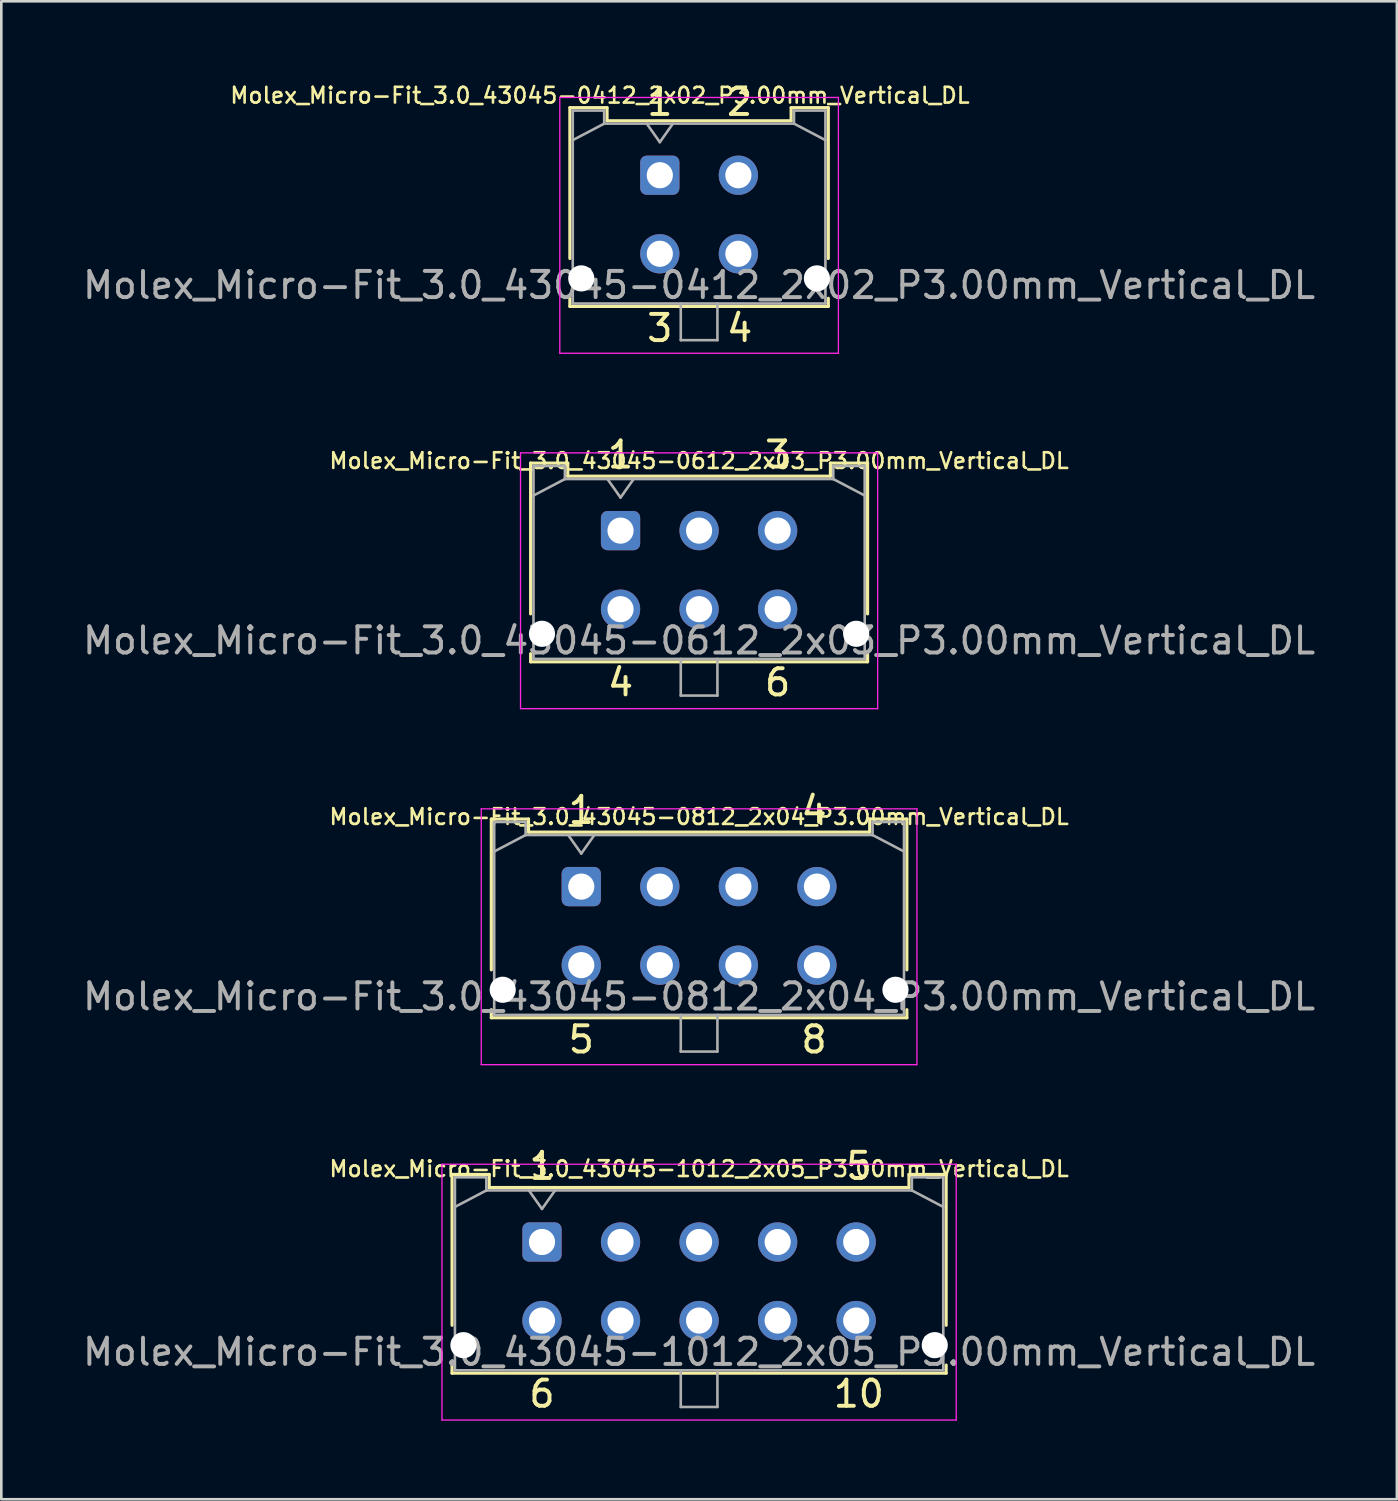
<source format=kicad_pcb>
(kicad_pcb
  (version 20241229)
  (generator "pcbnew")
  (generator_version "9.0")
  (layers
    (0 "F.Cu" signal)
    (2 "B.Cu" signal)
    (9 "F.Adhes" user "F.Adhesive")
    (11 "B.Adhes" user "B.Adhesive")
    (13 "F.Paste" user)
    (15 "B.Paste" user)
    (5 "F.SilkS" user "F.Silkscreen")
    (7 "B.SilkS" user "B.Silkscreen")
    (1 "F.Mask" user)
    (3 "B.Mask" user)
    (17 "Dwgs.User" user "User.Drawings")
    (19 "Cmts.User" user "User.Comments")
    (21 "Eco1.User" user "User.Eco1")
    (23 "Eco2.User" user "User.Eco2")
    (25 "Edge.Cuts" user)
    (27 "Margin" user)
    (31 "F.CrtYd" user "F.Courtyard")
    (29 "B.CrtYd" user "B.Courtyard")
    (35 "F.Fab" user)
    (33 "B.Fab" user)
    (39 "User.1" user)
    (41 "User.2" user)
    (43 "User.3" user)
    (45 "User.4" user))
  (footprint "Molex_Micro-Fit_3.0_43045-0412_2x02_P3.00mm_Vertical_DL"
    (layer "F.Cu")
    (at 22.149 3.642)
    (property "Reference" "Molex_Micro-Fit_3.0_43045-0412_2x02_P3.00mm_Vertical_DL" (at -2.286 -3.048 0) (layer "F.SilkS") (effects (font (size 0.6 0.6) (thickness 0.1))))
    (attr through_hole)
    (fp_line (start -3.435 -2.58) (end -2.015 -2.58) (stroke (width 0.12) (type solid)) (layer "F.SilkS"))
    (fp_line (start -3.435 3.18) (end -3.435 -2.58) (stroke (width 0.12) (type solid)) (layer "F.SilkS"))
    (fp_line (start -3.435 4.7) (end -3.435 5.01) (stroke (width 0.12) (type solid)) (layer "F.SilkS"))
    (fp_line (start -3.435 5.01) (end 6.435 5.01) (stroke (width 0.12) (type solid)) (layer "F.SilkS"))
    (fp_line (start -2.015 -2.58) (end -2.015 -2.08) (stroke (width 0.12) (type solid)) (layer "F.SilkS"))
    (fp_line (start -2.015 -2.08) (end 5.015 -2.08) (stroke (width 0.12) (type solid)) (layer "F.SilkS"))
    (fp_line (start 5.015 -2.58) (end 6.435 -2.58) (stroke (width 0.12) (type solid)) (layer "F.SilkS"))
    (fp_line (start 5.015 -2.08) (end 5.015 -2.58) (stroke (width 0.12) (type solid)) (layer "F.SilkS"))
    (fp_line (start 6.435 -2.58) (end 6.435 3.18) (stroke (width 0.12) (type solid)) (layer "F.SilkS"))
    (fp_line (start 6.435 5.01) (end 6.435 4.7) (stroke (width 0.12) (type solid)) (layer "F.SilkS"))
    (fp_line (start -3.82 -2.97) (end 6.82 -2.97) (stroke (width 0.05) (type solid)) (layer "F.CrtYd"))
    (fp_line (start -3.82 6.8) (end -3.82 -2.97) (stroke (width 0.05) (type solid)) (layer "F.CrtYd"))
    (fp_line (start 6.82 -2.97) (end 6.82 6.8) (stroke (width 0.05) (type solid)) (layer "F.CrtYd"))
    (fp_line (start 6.82 6.8) (end -3.82 6.8) (stroke (width 0.05) (type solid)) (layer "F.CrtYd"))
    (fp_line (start -3.325 -2.47) (end -3.325 4.9) (stroke (width 0.1) (type solid)) (layer "F.Fab"))
    (fp_line (start -3.325 -1.34) (end -2.125 -1.97) (stroke (width 0.1) (type solid)) (layer "F.Fab"))
    (fp_line (start -3.325 4.9) (end 6.325 4.9) (stroke (width 0.1) (type solid)) (layer "F.Fab"))
    (fp_line (start -2.125 -2.47) (end -3.325 -2.47) (stroke (width 0.1) (type solid)) (layer "F.Fab"))
    (fp_line (start -2.125 -1.97) (end -2.125 -2.47) (stroke (width 0.1) (type solid)) (layer "F.Fab"))
    (fp_line (start -0.5 -1.97) (end 0 -1.263) (stroke (width 0.1) (type solid)) (layer "F.Fab"))
    (fp_line (start 0 -1.263) (end 0.5 -1.97) (stroke (width 0.1) (type solid)) (layer "F.Fab"))
    (fp_line (start 0.8 4.9) (end 0.8 6.3) (stroke (width 0.1) (type solid)) (layer "F.Fab"))
    (fp_line (start 0.8 6.3) (end 2.2 6.3) (stroke (width 0.1) (type solid)) (layer "F.Fab"))
    (fp_line (start 2.2 6.3) (end 2.2 4.9) (stroke (width 0.1) (type solid)) (layer "F.Fab"))
    (fp_line (start 5.125 -2.47) (end 5.125 -1.97) (stroke (width 0.1) (type solid)) (layer "F.Fab"))
    (fp_line (start 5.125 -1.97) (end -2.125 -1.97) (stroke (width 0.1) (type solid)) (layer "F.Fab"))
    (fp_line (start 6.325 -2.47) (end 5.125 -2.47) (stroke (width 0.1) (type solid)) (layer "F.Fab"))
    (fp_line (start 6.325 -1.34) (end 5.125 -1.97) (stroke (width 0.1) (type solid)) (layer "F.Fab"))
    (fp_line (start 6.325 4.9) (end 6.325 -2.47) (stroke (width 0.1) (type solid)) (layer "F.Fab"))
    (fp_text user "2" (at 3.048 -2.794 0) (unlocked yes) (layer "F.SilkS") (effects (font (size 1 1) (thickness 0.15))))
    (fp_text user "4" (at 3.048 5.842 0) (unlocked yes) (layer "F.SilkS") (effects (font (size 1 1) (thickness 0.15))))
    (fp_text user "1" (at 0 -2.794 0) (unlocked yes) (layer "F.SilkS") (effects (font (size 1 1) (thickness 0.15))))
    (fp_text user "3" (at 0 5.842 0) (unlocked yes) (layer "F.SilkS") (effects (font (size 1 1) (thickness 0.15))))
    (fp_text user "${REFERENCE}" (at 1.5 4.2 0) (layer "F.Fab") (effects (font (size 1 1) (thickness 0.15))))
    (pad "" np_thru_hole circle (at -3 3.94) (size 1 1) (drill 1) (layers "*.Cu" "*.Mask"))
    (pad "" np_thru_hole circle (at 6 3.94) (size 1 1) (drill 1) (layers "*.Cu" "*.Mask"))
    (pad "1" thru_hole roundrect (at 0 0) (size 1.5 1.5) (drill 1) (layers "*.Cu" "*.Mask") (roundrect_rratio 0.167))
    (pad "2" thru_hole circle (at 3 0) (size 1.5 1.5) (drill 1) (layers "*.Cu" "*.Mask"))
    (pad "3" thru_hole circle (at 0 3) (size 1.5 1.5) (drill 1) (layers "*.Cu" "*.Mask"))
    (pad "4" thru_hole circle (at 3 3) (size 1.5 1.5) (drill 1) (layers "*.Cu" "*.Mask")))
  (footprint "Molex_Micro-Fit_3.0_43045-0612_2x03_P3.00mm_Vertical_DL"
    (layer "F.Cu")
    (at 20.649 17.215)
    (property "Reference" "Molex_Micro-Fit_3.0_43045-0612_2x03_P3.00mm_Vertical_DL" (at 3 -2.667 0) (layer "F.SilkS") (effects (font (size 0.6 0.6) (thickness 0.1))))
    (attr through_hole)
    (fp_line (start -3.435 -2.58) (end -2.015 -2.58) (stroke (width 0.12) (type solid)) (layer "F.SilkS"))
    (fp_line (start -3.435 3.18) (end -3.435 -2.58) (stroke (width 0.12) (type solid)) (layer "F.SilkS"))
    (fp_line (start -3.435 4.7) (end -3.435 5.01) (stroke (width 0.12) (type solid)) (layer "F.SilkS"))
    (fp_line (start -3.435 5.01) (end 9.435 5.01) (stroke (width 0.12) (type solid)) (layer "F.SilkS"))
    (fp_line (start -2.015 -2.58) (end -2.015 -2.08) (stroke (width 0.12) (type solid)) (layer "F.SilkS"))
    (fp_line (start -2.015 -2.08) (end 8.015 -2.08) (stroke (width 0.12) (type solid)) (layer "F.SilkS"))
    (fp_line (start 8.015 -2.58) (end 9.435 -2.58) (stroke (width 0.12) (type solid)) (layer "F.SilkS"))
    (fp_line (start 8.015 -2.08) (end 8.015 -2.58) (stroke (width 0.12) (type solid)) (layer "F.SilkS"))
    (fp_line (start 9.435 -2.58) (end 9.435 3.18) (stroke (width 0.12) (type solid)) (layer "F.SilkS"))
    (fp_line (start 9.435 5.01) (end 9.435 4.7) (stroke (width 0.12) (type solid)) (layer "F.SilkS"))
    (fp_line (start -3.82 -2.97) (end 9.82 -2.97) (stroke (width 0.05) (type solid)) (layer "F.CrtYd"))
    (fp_line (start -3.82 6.8) (end -3.82 -2.97) (stroke (width 0.05) (type solid)) (layer "F.CrtYd"))
    (fp_line (start 9.82 -2.97) (end 9.82 6.8) (stroke (width 0.05) (type solid)) (layer "F.CrtYd"))
    (fp_line (start 9.82 6.8) (end -3.82 6.8) (stroke (width 0.05) (type solid)) (layer "F.CrtYd"))
    (fp_line (start -3.325 -2.47) (end -3.325 4.9) (stroke (width 0.1) (type solid)) (layer "F.Fab"))
    (fp_line (start -3.325 -1.34) (end -2.125 -1.97) (stroke (width 0.1) (type solid)) (layer "F.Fab"))
    (fp_line (start -3.325 4.9) (end 9.325 4.9) (stroke (width 0.1) (type solid)) (layer "F.Fab"))
    (fp_line (start -2.125 -2.47) (end -3.325 -2.47) (stroke (width 0.1) (type solid)) (layer "F.Fab"))
    (fp_line (start -2.125 -1.97) (end -2.125 -2.47) (stroke (width 0.1) (type solid)) (layer "F.Fab"))
    (fp_line (start -0.5 -1.97) (end 0 -1.263) (stroke (width 0.1) (type solid)) (layer "F.Fab"))
    (fp_line (start 0 -1.263) (end 0.5 -1.97) (stroke (width 0.1) (type solid)) (layer "F.Fab"))
    (fp_line (start 2.3 4.9) (end 2.3 6.3) (stroke (width 0.1) (type solid)) (layer "F.Fab"))
    (fp_line (start 2.3 6.3) (end 3.7 6.3) (stroke (width 0.1) (type solid)) (layer "F.Fab"))
    (fp_line (start 3.7 6.3) (end 3.7 4.9) (stroke (width 0.1) (type solid)) (layer "F.Fab"))
    (fp_line (start 8.125 -2.47) (end 8.125 -1.97) (stroke (width 0.1) (type solid)) (layer "F.Fab"))
    (fp_line (start 8.125 -1.97) (end -2.125 -1.97) (stroke (width 0.1) (type solid)) (layer "F.Fab"))
    (fp_line (start 9.325 -2.47) (end 8.125 -2.47) (stroke (width 0.1) (type solid)) (layer "F.Fab"))
    (fp_line (start 9.325 -1.34) (end 8.125 -1.97) (stroke (width 0.1) (type solid)) (layer "F.Fab"))
    (fp_line (start 9.325 4.9) (end 9.325 -2.47) (stroke (width 0.1) (type solid)) (layer "F.Fab"))
    (fp_text user "4" (at 0 5.8 0) (unlocked yes) (layer "F.SilkS") (effects (font (size 1 1) (thickness 0.15))))
    (fp_text user "3" (at 6 -2.9 0) (unlocked yes) (layer "F.SilkS") (effects (font (size 1 1) (thickness 0.15))))
    (fp_text user "1" (at 0 -2.9 0) (unlocked yes) (layer "F.SilkS") (effects (font (size 1 1) (thickness 0.15))))
    (fp_text user "6" (at 6 5.8 0) (unlocked yes) (layer "F.SilkS") (effects (font (size 1 1) (thickness 0.15))))
    (fp_text user "${REFERENCE}" (at 3 4.2 0) (layer "F.Fab") (effects (font (size 1 1) (thickness 0.15))))
    (pad "" np_thru_hole circle (at -3 3.94) (size 1 1) (drill 1) (layers "*.Cu" "*.Mask"))
    (pad "" np_thru_hole circle (at 9 3.94) (size 1 1) (drill 1) (layers "*.Cu" "*.Mask"))
    (pad "1" thru_hole roundrect (at 0 0) (size 1.5 1.5) (drill 1) (layers "*.Cu" "*.Mask") (roundrect_rratio 0.167))
    (pad "2" thru_hole circle (at 3 0) (size 1.5 1.5) (drill 1) (layers "*.Cu" "*.Mask"))
    (pad "3" thru_hole circle (at 6 0) (size 1.5 1.5) (drill 1) (layers "*.Cu" "*.Mask"))
    (pad "4" thru_hole circle (at 0 3) (size 1.5 1.5) (drill 1) (layers "*.Cu" "*.Mask"))
    (pad "5" thru_hole circle (at 3 3) (size 1.5 1.5) (drill 1) (layers "*.Cu" "*.Mask"))
    (pad "6" thru_hole circle (at 6 3) (size 1.5 1.5) (drill 1) (layers "*.Cu" "*.Mask")))
  (footprint "Molex_Micro-Fit_3.0_43045-1012_2x05_P3.00mm_Vertical_DL"
    (layer "F.Cu")
    (at 17.649 44.383)
    (property "Reference" "Molex_Micro-Fit_3.0_43045-1012_2x05_P3.00mm_Vertical_DL" (at 6 -2.794 0) (layer "F.SilkS") (effects (font (size 0.6 0.6) (thickness 0.1))))
    (attr through_hole)
    (fp_line (start -3.435 -2.58) (end -2.015 -2.58) (stroke (width 0.12) (type solid)) (layer "F.SilkS"))
    (fp_line (start -3.435 3.18) (end -3.435 -2.58) (stroke (width 0.12) (type solid)) (layer "F.SilkS"))
    (fp_line (start -3.435 4.7) (end -3.435 5.01) (stroke (width 0.12) (type solid)) (layer "F.SilkS"))
    (fp_line (start -3.435 5.01) (end 15.435 5.01) (stroke (width 0.12) (type solid)) (layer "F.SilkS"))
    (fp_line (start -2.015 -2.58) (end -2.015 -2.08) (stroke (width 0.12) (type solid)) (layer "F.SilkS"))
    (fp_line (start -2.015 -2.08) (end 14.015 -2.08) (stroke (width 0.12) (type solid)) (layer "F.SilkS"))
    (fp_line (start 14.015 -2.58) (end 15.435 -2.58) (stroke (width 0.12) (type solid)) (layer "F.SilkS"))
    (fp_line (start 14.015 -2.08) (end 14.015 -2.58) (stroke (width 0.12) (type solid)) (layer "F.SilkS"))
    (fp_line (start 15.435 -2.58) (end 15.435 3.18) (stroke (width 0.12) (type solid)) (layer "F.SilkS"))
    (fp_line (start 15.435 5.01) (end 15.435 4.7) (stroke (width 0.12) (type solid)) (layer "F.SilkS"))
    (fp_line (start -3.82 -2.97) (end 15.82 -2.97) (stroke (width 0.05) (type solid)) (layer "F.CrtYd"))
    (fp_line (start -3.82 6.8) (end -3.82 -2.97) (stroke (width 0.05) (type solid)) (layer "F.CrtYd"))
    (fp_line (start 15.82 -2.97) (end 15.82 6.8) (stroke (width 0.05) (type solid)) (layer "F.CrtYd"))
    (fp_line (start 15.82 6.8) (end -3.82 6.8) (stroke (width 0.05) (type solid)) (layer "F.CrtYd"))
    (fp_line (start -3.325 -2.47) (end -3.325 4.9) (stroke (width 0.1) (type solid)) (layer "F.Fab"))
    (fp_line (start -3.325 -1.34) (end -2.125 -1.97) (stroke (width 0.1) (type solid)) (layer "F.Fab"))
    (fp_line (start -3.325 4.9) (end 15.325 4.9) (stroke (width 0.1) (type solid)) (layer "F.Fab"))
    (fp_line (start -2.125 -2.47) (end -3.325 -2.47) (stroke (width 0.1) (type solid)) (layer "F.Fab"))
    (fp_line (start -2.125 -1.97) (end -2.125 -2.47) (stroke (width 0.1) (type solid)) (layer "F.Fab"))
    (fp_line (start -0.5 -1.97) (end 0 -1.263) (stroke (width 0.1) (type solid)) (layer "F.Fab"))
    (fp_line (start 0 -1.263) (end 0.5 -1.97) (stroke (width 0.1) (type solid)) (layer "F.Fab"))
    (fp_line (start 5.3 4.9) (end 5.3 6.3) (stroke (width 0.1) (type solid)) (layer "F.Fab"))
    (fp_line (start 5.3 6.3) (end 6.7 6.3) (stroke (width 0.1) (type solid)) (layer "F.Fab"))
    (fp_line (start 6.7 6.3) (end 6.7 4.9) (stroke (width 0.1) (type solid)) (layer "F.Fab"))
    (fp_line (start 14.125 -2.47) (end 14.125 -1.97) (stroke (width 0.1) (type solid)) (layer "F.Fab"))
    (fp_line (start 14.125 -1.97) (end -2.125 -1.97) (stroke (width 0.1) (type solid)) (layer "F.Fab"))
    (fp_line (start 15.325 -2.47) (end 14.125 -2.47) (stroke (width 0.1) (type solid)) (layer "F.Fab"))
    (fp_line (start 15.325 -1.34) (end 14.125 -1.97) (stroke (width 0.1) (type solid)) (layer "F.Fab"))
    (fp_line (start 15.325 4.9) (end 15.325 -2.47) (stroke (width 0.1) (type solid)) (layer "F.Fab"))
    (fp_text user "5" (at 12.1 -2.9 0) (unlocked yes) (layer "F.SilkS") (effects (font (size 1 1) (thickness 0.15))))
    (fp_text user "1" (at 0 -2.9 0) (unlocked yes) (layer "F.SilkS") (effects (font (size 1 1) (thickness 0.15))))
    (fp_text user "10" (at 12.1 5.8 0) (unlocked yes) (layer "F.SilkS") (effects (font (size 1 1) (thickness 0.15))))
    (fp_text user "6" (at 0 5.8 0) (unlocked yes) (layer "F.SilkS") (effects (font (size 1 1) (thickness 0.15))))
    (fp_text user "${REFERENCE}" (at 6 4.2 0) (layer "F.Fab") (effects (font (size 1 1) (thickness 0.15))))
    (pad "" np_thru_hole circle (at -3 3.94) (size 1 1) (drill 1) (layers "*.Cu" "*.Mask"))
    (pad "" np_thru_hole circle (at 15 3.94) (size 1 1) (drill 1) (layers "*.Cu" "*.Mask"))
    (pad "1" thru_hole roundrect (at 0 0) (size 1.5 1.5) (drill 1) (layers "*.Cu" "*.Mask") (roundrect_rratio 0.167))
    (pad "2" thru_hole circle (at 3 0) (size 1.5 1.5) (drill 1) (layers "*.Cu" "*.Mask"))
    (pad "3" thru_hole circle (at 6 0) (size 1.5 1.5) (drill 1) (layers "*.Cu" "*.Mask"))
    (pad "4" thru_hole circle (at 9 0) (size 1.5 1.5) (drill 1) (layers "*.Cu" "*.Mask"))
    (pad "5" thru_hole circle (at 12 0) (size 1.5 1.5) (drill 1) (layers "*.Cu" "*.Mask"))
    (pad "6" thru_hole circle (at 0 3) (size 1.5 1.5) (drill 1) (layers "*.Cu" "*.Mask"))
    (pad "7" thru_hole circle (at 3 3) (size 1.5 1.5) (drill 1) (layers "*.Cu" "*.Mask"))
    (pad "8" thru_hole circle (at 6 3) (size 1.5 1.5) (drill 1) (layers "*.Cu" "*.Mask"))
    (pad "9" thru_hole circle (at 9 3) (size 1.5 1.5) (drill 1) (layers "*.Cu" "*.Mask"))
    (pad "10" thru_hole circle (at 12 3) (size 1.5 1.5) (drill 1) (layers "*.Cu" "*.Mask")))
  (footprint "Molex_Micro-Fit_3.0_43045-0812_2x04_P3.00mm_Vertical_DL"
    (layer "F.Cu")
    (at 19.149 30.81)
    (property "Reference" "Molex_Micro-Fit_3.0_43045-0812_2x04_P3.00mm_Vertical_DL" (at 4.5 -2.667 0) (layer "F.SilkS") (effects (font (size 0.6 0.6) (thickness 0.1))))
    (attr through_hole)
    (fp_line (start -3.435 -2.58) (end -2.015 -2.58) (stroke (width 0.12) (type solid)) (layer "F.SilkS"))
    (fp_line (start -3.435 3.18) (end -3.435 -2.58) (stroke (width 0.12) (type solid)) (layer "F.SilkS"))
    (fp_line (start -3.435 4.7) (end -3.435 5.01) (stroke (width 0.12) (type solid)) (layer "F.SilkS"))
    (fp_line (start -3.435 5.01) (end 12.435 5.01) (stroke (width 0.12) (type solid)) (layer "F.SilkS"))
    (fp_line (start -2.015 -2.58) (end -2.015 -2.08) (stroke (width 0.12) (type solid)) (layer "F.SilkS"))
    (fp_line (start -2.015 -2.08) (end 11.015 -2.08) (stroke (width 0.12) (type solid)) (layer "F.SilkS"))
    (fp_line (start 11.015 -2.58) (end 12.435 -2.58) (stroke (width 0.12) (type solid)) (layer "F.SilkS"))
    (fp_line (start 11.015 -2.08) (end 11.015 -2.58) (stroke (width 0.12) (type solid)) (layer "F.SilkS"))
    (fp_line (start 12.435 -2.58) (end 12.435 3.18) (stroke (width 0.12) (type solid)) (layer "F.SilkS"))
    (fp_line (start 12.435 5.01) (end 12.435 4.7) (stroke (width 0.12) (type solid)) (layer "F.SilkS"))
    (fp_line (start -3.82 -2.97) (end 12.82 -2.97) (stroke (width 0.05) (type solid)) (layer "F.CrtYd"))
    (fp_line (start -3.82 6.8) (end -3.82 -2.97) (stroke (width 0.05) (type solid)) (layer "F.CrtYd"))
    (fp_line (start 12.82 -2.97) (end 12.82 6.8) (stroke (width 0.05) (type solid)) (layer "F.CrtYd"))
    (fp_line (start 12.82 6.8) (end -3.82 6.8) (stroke (width 0.05) (type solid)) (layer "F.CrtYd"))
    (fp_line (start -3.325 -2.47) (end -3.325 4.9) (stroke (width 0.1) (type solid)) (layer "F.Fab"))
    (fp_line (start -3.325 -1.34) (end -2.125 -1.97) (stroke (width 0.1) (type solid)) (layer "F.Fab"))
    (fp_line (start -3.325 4.9) (end 12.325 4.9) (stroke (width 0.1) (type solid)) (layer "F.Fab"))
    (fp_line (start -2.125 -2.47) (end -3.325 -2.47) (stroke (width 0.1) (type solid)) (layer "F.Fab"))
    (fp_line (start -2.125 -1.97) (end -2.125 -2.47) (stroke (width 0.1) (type solid)) (layer "F.Fab"))
    (fp_line (start -0.5 -1.97) (end 0 -1.263) (stroke (width 0.1) (type solid)) (layer "F.Fab"))
    (fp_line (start 0 -1.263) (end 0.5 -1.97) (stroke (width 0.1) (type solid)) (layer "F.Fab"))
    (fp_line (start 3.8 4.9) (end 3.8 6.3) (stroke (width 0.1) (type solid)) (layer "F.Fab"))
    (fp_line (start 3.8 6.3) (end 5.2 6.3) (stroke (width 0.1) (type solid)) (layer "F.Fab"))
    (fp_line (start 5.2 6.3) (end 5.2 4.9) (stroke (width 0.1) (type solid)) (layer "F.Fab"))
    (fp_line (start 11.125 -2.47) (end 11.125 -1.97) (stroke (width 0.1) (type solid)) (layer "F.Fab"))
    (fp_line (start 11.125 -1.97) (end -2.125 -1.97) (stroke (width 0.1) (type solid)) (layer "F.Fab"))
    (fp_line (start 12.325 -2.47) (end 11.125 -2.47) (stroke (width 0.1) (type solid)) (layer "F.Fab"))
    (fp_line (start 12.325 -1.34) (end 11.125 -1.97) (stroke (width 0.1) (type solid)) (layer "F.Fab"))
    (fp_line (start 12.325 4.9) (end 12.325 -2.47) (stroke (width 0.1) (type solid)) (layer "F.Fab"))
    (fp_text user "8" (at 8.89 5.842 0) (unlocked yes) (layer "F.SilkS") (effects (font (size 1 1) (thickness 0.15))))
    (fp_text user "4" (at 8.89 -2.921 0) (unlocked yes) (layer "F.SilkS") (effects (font (size 1 1) (thickness 0.15))))
    (fp_text user "1" (at 0 -2.921 0) (unlocked yes) (layer "F.SilkS") (effects (font (size 1 1) (thickness 0.15))))
    (fp_text user "5" (at 0 5.842 0) (unlocked yes) (layer "F.SilkS") (effects (font (size 1 1) (thickness 0.15))))
    (fp_text user "${REFERENCE}" (at 4.5 4.2 0) (layer "F.Fab") (effects (font (size 1 1) (thickness 0.15))))
    (pad "" np_thru_hole circle (at -3 3.94) (size 1 1) (drill 1) (layers "*.Cu" "*.Mask"))
    (pad "" np_thru_hole circle (at 12 3.94) (size 1 1) (drill 1) (layers "*.Cu" "*.Mask"))
    (pad "1" thru_hole roundrect (at 0 0) (size 1.5 1.5) (drill 1) (layers "*.Cu" "*.Mask") (roundrect_rratio 0.167))
    (pad "2" thru_hole circle (at 3 0) (size 1.5 1.5) (drill 1) (layers "*.Cu" "*.Mask"))
    (pad "3" thru_hole circle (at 6 0) (size 1.5 1.5) (drill 1) (layers "*.Cu" "*.Mask"))
    (pad "4" thru_hole circle (at 9 0) (size 1.5 1.5) (drill 1) (layers "*.Cu" "*.Mask"))
    (pad "5" thru_hole circle (at 0 3) (size 1.5 1.5) (drill 1) (layers "*.Cu" "*.Mask"))
    (pad "6" thru_hole circle (at 3 3) (size 1.5 1.5) (drill 1) (layers "*.Cu" "*.Mask"))
    (pad "7" thru_hole circle (at 6 3) (size 1.5 1.5) (drill 1) (layers "*.Cu" "*.Mask"))
    (pad "8" thru_hole circle (at 9 3) (size 1.5 1.5) (drill 1) (layers "*.Cu" "*.Mask")))
  (gr_rect
    (start -3 -3)
    (end 50.298 54.208)
    (stroke (width 0.1) (type default))
    (fill no)
    (layer "Edge.Cuts")))
</source>
